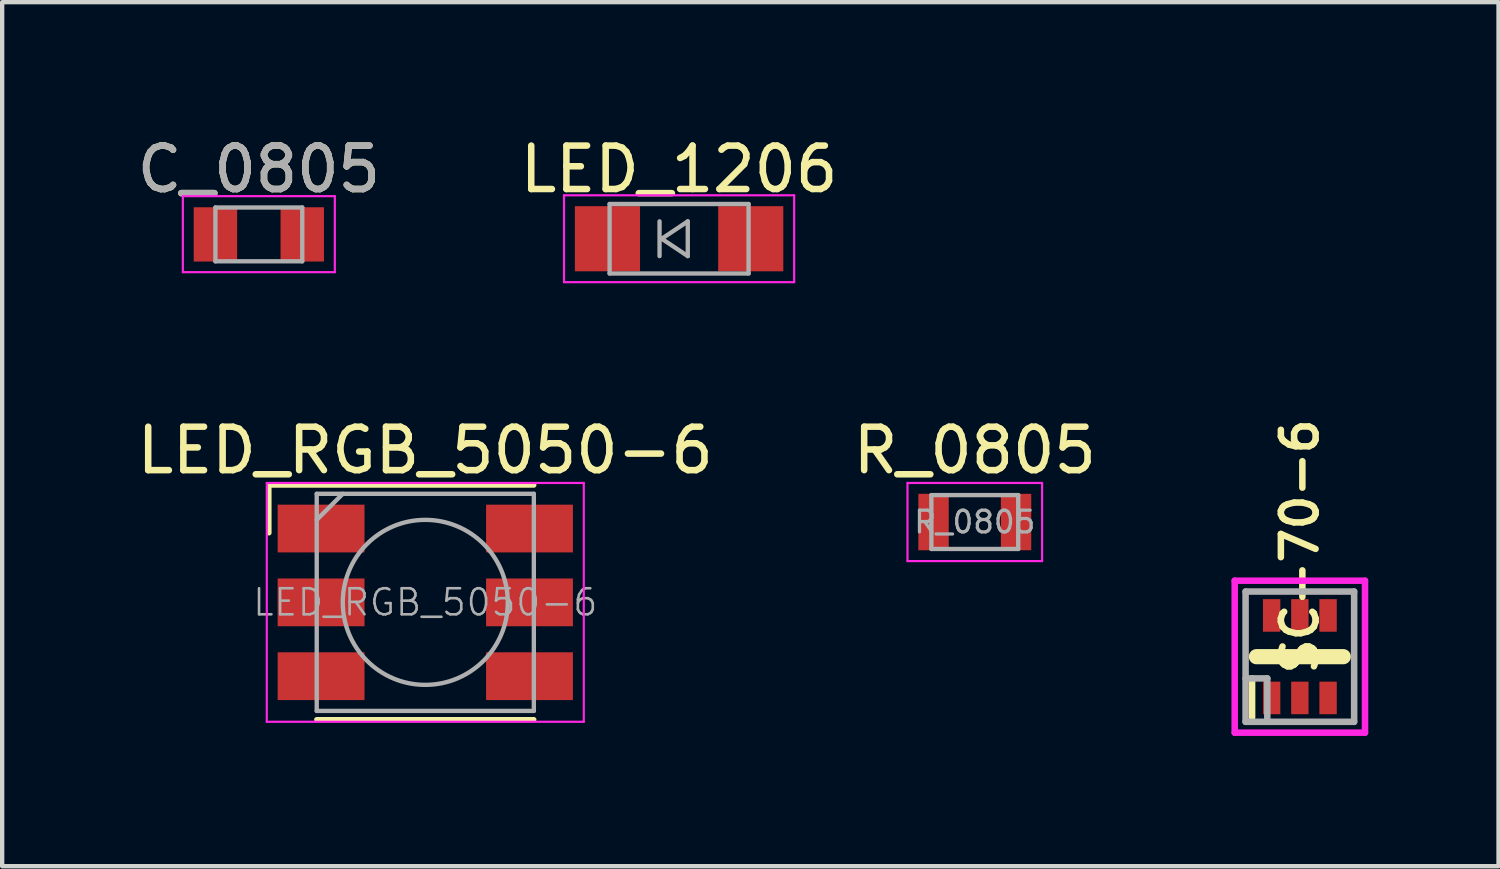
<source format=kicad_pcb>
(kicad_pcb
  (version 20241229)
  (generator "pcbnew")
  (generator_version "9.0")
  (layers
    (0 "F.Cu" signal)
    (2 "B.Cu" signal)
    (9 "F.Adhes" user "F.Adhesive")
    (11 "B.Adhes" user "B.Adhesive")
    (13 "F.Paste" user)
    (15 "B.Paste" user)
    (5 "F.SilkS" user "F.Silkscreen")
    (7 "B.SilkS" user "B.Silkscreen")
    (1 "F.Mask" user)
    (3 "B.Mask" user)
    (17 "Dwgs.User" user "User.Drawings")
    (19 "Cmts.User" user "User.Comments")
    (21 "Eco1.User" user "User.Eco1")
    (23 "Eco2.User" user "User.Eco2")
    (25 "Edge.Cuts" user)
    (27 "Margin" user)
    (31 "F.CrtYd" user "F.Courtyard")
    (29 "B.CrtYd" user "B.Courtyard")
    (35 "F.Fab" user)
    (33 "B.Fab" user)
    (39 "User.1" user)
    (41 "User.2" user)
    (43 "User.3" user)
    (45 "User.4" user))
  (footprint "SC-70-6"
    (layer "F.Cu")
    (at 26.885 12.073)
    (property "Reference" "SC-70-6" (at 0 -2.54 90) (layer "F.SilkS") (effects (font (size 0.8 0.8) (thickness 0.15))))
    (attr smd)
    (fp_line (start -1.1 1.4) (end -1.1 0.5) (stroke (width 0.15) (type solid)) (layer "F.SilkS"))
    (fp_line (start -1 0) (end 1 0) (stroke (width 0.35) (type solid)) (layer "F.SilkS"))
    (fp_line (start -1.5 -1.75) (end 1.5 -1.75) (stroke (width 0.15) (type solid)) (layer "F.CrtYd"))
    (fp_line (start -1.5 1.75) (end -1.5 -1.75) (stroke (width 0.15) (type solid)) (layer "F.CrtYd"))
    (fp_line (start 1.5 -1.75) (end 1.5 1.75) (stroke (width 0.15) (type solid)) (layer "F.CrtYd"))
    (fp_line (start 1.5 1.75) (end -1.5 1.75) (stroke (width 0.15) (type solid)) (layer "F.CrtYd"))
    (fp_line (start -1.25 -1.5) (end -1.25 1.5) (stroke (width 0.15) (type solid)) (layer "F.Fab"))
    (fp_line (start -1.25 0.5) (end -0.75 0.5) (stroke (width 0.15) (type solid)) (layer "F.Fab"))
    (fp_line (start -1.25 1.5) (end 1.25 1.5) (stroke (width 0.15) (type solid)) (layer "F.Fab"))
    (fp_line (start -0.75 0.5) (end -0.75 1.5) (stroke (width 0.15) (type solid)) (layer "F.Fab"))
    (fp_line (start 1.25 -1.5) (end -1.25 -1.5) (stroke (width 0.15) (type solid)) (layer "F.Fab"))
    (fp_line (start 1.25 1.5) (end 1.25 -1.5) (stroke (width 0.15) (type solid)) (layer "F.Fab"))
    (pad "1" smd rect (at -0.65 0.95 270) (size 0.75 0.4) (layers "F.Cu" "F.Mask" "F.Paste"))
    (pad "2" smd rect (at 0 0.95 270) (size 0.75 0.4) (layers "F.Cu" "F.Mask" "F.Paste"))
    (pad "3" smd rect (at 0.65 0.95 270) (size 0.75 0.4) (layers "F.Cu" "F.Mask" "F.Paste"))
    (pad "4" smd rect (at 0.65 -0.95 270) (size 0.75 0.4) (layers "F.Cu" "F.Mask" "F.Paste"))
    (pad "5" smd rect (at 0 -0.95 270) (size 0.75 0.4) (layers "F.Cu" "F.Mask" "F.Paste"))
    (pad "6" smd rect (at -0.65 -0.95 270) (size 0.75 0.4) (layers "F.Cu" "F.Mask" "F.Paste")))
  (footprint "R_0805"
    (layer "F.Cu")
    (at 19.399 8.972)
    (property "Reference" "R_0805" (at 0 -1.65 0) (layer "F.SilkS") (effects (font (size 1 1) (thickness 0.15))))
    (attr smd)
    (fp_line (start -1.55 -0.9) (end -1.55 0.9) (stroke (width 0.05) (type solid)) (layer "F.CrtYd"))
    (fp_line (start -1.55 -0.9) (end 1.55 -0.9) (stroke (width 0.05) (type solid)) (layer "F.CrtYd"))
    (fp_line (start 1.55 0.9) (end -1.55 0.9) (stroke (width 0.05) (type solid)) (layer "F.CrtYd"))
    (fp_line (start 1.55 0.9) (end 1.55 -0.9) (stroke (width 0.05) (type solid)) (layer "F.CrtYd"))
    (fp_line (start -1 -0.62) (end 1 -0.62) (stroke (width 0.1) (type solid)) (layer "F.Fab"))
    (fp_line (start -1 0.62) (end -1 -0.62) (stroke (width 0.1) (type solid)) (layer "F.Fab"))
    (fp_line (start 1 -0.62) (end 1 0.62) (stroke (width 0.1) (type solid)) (layer "F.Fab"))
    (fp_line (start 1 0.62) (end -1 0.62) (stroke (width 0.1) (type solid)) (layer "F.Fab"))
    (fp_text user "${REFERENCE}" (at 0 0 0) (layer "F.Fab") (effects (font (size 0.5 0.5) (thickness 0.075))))
    (pad "1" smd rect (at -0.95 0) (size 0.7 1.3) (layers "F.Cu" "F.Mask" "F.Paste"))
    (pad "2" smd rect (at 0.95 0) (size 0.7 1.3) (layers "F.Cu" "F.Mask" "F.Paste")))
  (footprint "C_0805"
    (layer "F.Cu")
    (at 2.911 2.348)
    (property "Reference" "C_0805" (at 0 -1.5 0) (layer "F.SilkS") (effects (font (size 1 1) (thickness 0.15))))
    (attr smd)
    (fp_line (start -1.75 -0.88) (end -1.75 0.87) (stroke (width 0.05) (type solid)) (layer "F.CrtYd"))
    (fp_line (start -1.75 -0.88) (end 1.75 -0.88) (stroke (width 0.05) (type solid)) (layer "F.CrtYd"))
    (fp_line (start 1.75 0.87) (end -1.75 0.87) (stroke (width 0.05) (type solid)) (layer "F.CrtYd"))
    (fp_line (start 1.75 0.87) (end 1.75 -0.88) (stroke (width 0.05) (type solid)) (layer "F.CrtYd"))
    (fp_line (start -1 -0.62) (end 1 -0.62) (stroke (width 0.1) (type solid)) (layer "F.Fab"))
    (fp_line (start -1 0.62) (end -1 -0.62) (stroke (width 0.1) (type solid)) (layer "F.Fab"))
    (fp_line (start 1 -0.62) (end 1 0.62) (stroke (width 0.1) (type solid)) (layer "F.Fab"))
    (fp_line (start 1 0.62) (end -1 0.62) (stroke (width 0.1) (type solid)) (layer "F.Fab"))
    (fp_text user "${REFERENCE}" (at 0 -1.5 0) (layer "F.Fab") (effects (font (size 1 1) (thickness 0.15))))
    (pad "1" smd rect (at -1 0) (size 1 1.25) (layers "F.Cu" "F.Mask" "F.Paste"))
    (pad "2" smd rect (at 1 0) (size 1 1.25) (layers "F.Cu" "F.Mask" "F.Paste")))
  (footprint "LED_RGB_5050-6"
    (layer "F.Cu")
    (at 6.744 10.822)
    (property "Reference" "LED_RGB_5050-6" (at 0 -3.5 180) (layer "F.SilkS") (effects (font (size 1 1) (thickness 0.15))))
    (attr smd)
    (fp_line (start -3.6 -2.7) (end 2.5 -2.7) (stroke (width 0.12) (type solid)) (layer "F.SilkS"))
    (fp_line (start -3.6 -1.6) (end -3.6 -2.7) (stroke (width 0.12) (type solid)) (layer "F.SilkS"))
    (fp_line (start 2.5 2.7) (end -2.5 2.7) (stroke (width 0.12) (type solid)) (layer "F.SilkS"))
    (fp_line (start -3.65 -2.75) (end -3.65 2.75) (stroke (width 0.05) (type solid)) (layer "F.CrtYd"))
    (fp_line (start -3.65 2.75) (end 3.65 2.75) (stroke (width 0.05) (type solid)) (layer "F.CrtYd"))
    (fp_line (start 3.65 -2.75) (end -3.65 -2.75) (stroke (width 0.05) (type solid)) (layer "F.CrtYd"))
    (fp_line (start 3.65 2.75) (end 3.65 -2.75) (stroke (width 0.05) (type solid)) (layer "F.CrtYd"))
    (fp_line (start -2.5 -2.5) (end -2.5 2.5) (stroke (width 0.1) (type solid)) (layer "F.Fab"))
    (fp_line (start -2.5 -1.9) (end -1.9 -2.5) (stroke (width 0.1) (type solid)) (layer "F.Fab"))
    (fp_line (start -2.5 2.5) (end 2.5 2.5) (stroke (width 0.1) (type solid)) (layer "F.Fab"))
    (fp_line (start 2.5 -2.5) (end -2.5 -2.5) (stroke (width 0.1) (type solid)) (layer "F.Fab"))
    (fp_line (start 2.5 2.5) (end 2.5 -2.5) (stroke (width 0.1) (type solid)) (layer "F.Fab"))
    (fp_circle (center 0 0) (end 0 -1.9) (stroke (width 0.1) (type solid)) (fill no) (layer "F.Fab"))
    (fp_text user "${REFERENCE}" (at 0 0 0) (layer "F.Fab") (effects (font (size 0.6 0.6) (thickness 0.06))))
    (pad "1" smd rect (at -2.4 -1.7 90) (size 1.1 2) (layers "F.Cu" "F.Mask" "F.Paste"))
    (pad "2" smd rect (at -2.4 0 90) (size 1.1 2) (layers "F.Cu" "F.Mask" "F.Paste"))
    (pad "3" smd rect (at -2.4 1.7 90) (size 1.1 2) (layers "F.Cu" "F.Mask" "F.Paste"))
    (pad "4" smd rect (at 2.4 1.7 90) (size 1.1 2) (layers "F.Cu" "F.Mask" "F.Paste"))
    (pad "5" smd rect (at 2.4 0 90) (size 1.1 2) (layers "F.Cu" "F.Mask" "F.Paste"))
    (pad "6" smd rect (at 2.4 -1.7 90) (size 1.1 2) (layers "F.Cu" "F.Mask" "F.Paste")))
  (footprint "LED_1206"
    (layer "F.Cu")
    (at 12.589 2.448)
    (property "Reference" "LED_1206" (at 0 -1.6 0) (layer "F.SilkS") (effects (font (size 1 1) (thickness 0.15))))
    (attr smd)
    (fp_line (start -2.65 -1) (end 2.65 -1) (stroke (width 0.05) (type solid)) (layer "F.CrtYd"))
    (fp_line (start -2.65 1) (end -2.65 -1) (stroke (width 0.05) (type solid)) (layer "F.CrtYd"))
    (fp_line (start 2.65 -1) (end 2.65 1) (stroke (width 0.05) (type solid)) (layer "F.CrtYd"))
    (fp_line (start 2.65 1) (end -2.65 1) (stroke (width 0.05) (type solid)) (layer "F.CrtYd"))
    (fp_line (start -1.6 -0.8) (end 1.6 -0.8) (stroke (width 0.1) (type solid)) (layer "F.Fab"))
    (fp_line (start -1.6 0.8) (end -1.6 -0.8) (stroke (width 0.1) (type solid)) (layer "F.Fab"))
    (fp_line (start -0.45 -0.4) (end -0.45 0.4) (stroke (width 0.1) (type solid)) (layer "F.Fab"))
    (fp_line (start -0.4 0) (end 0.2 -0.4) (stroke (width 0.1) (type solid)) (layer "F.Fab"))
    (fp_line (start 0.2 -0.4) (end 0.2 0.4) (stroke (width 0.1) (type solid)) (layer "F.Fab"))
    (fp_line (start 0.2 0.4) (end -0.4 0) (stroke (width 0.1) (type solid)) (layer "F.Fab"))
    (fp_line (start 1.6 -0.8) (end 1.6 0.8) (stroke (width 0.1) (type solid)) (layer "F.Fab"))
    (fp_line (start 1.6 0.8) (end -1.6 0.8) (stroke (width 0.1) (type solid)) (layer "F.Fab"))
    (pad "1" smd rect (at -1.65 0 180) (size 1.5 1.5) (layers "F.Cu" "F.Mask" "F.Paste"))
    (pad "2" smd rect (at 1.65 0 180) (size 1.5 1.5) (layers "F.Cu" "F.Mask" "F.Paste")))
  (gr_rect
    (start -3 -3)
    (end 31.46 16.898)
    (stroke (width 0.1) (type default))
    (fill no)
    (layer "Edge.Cuts")))
</source>
